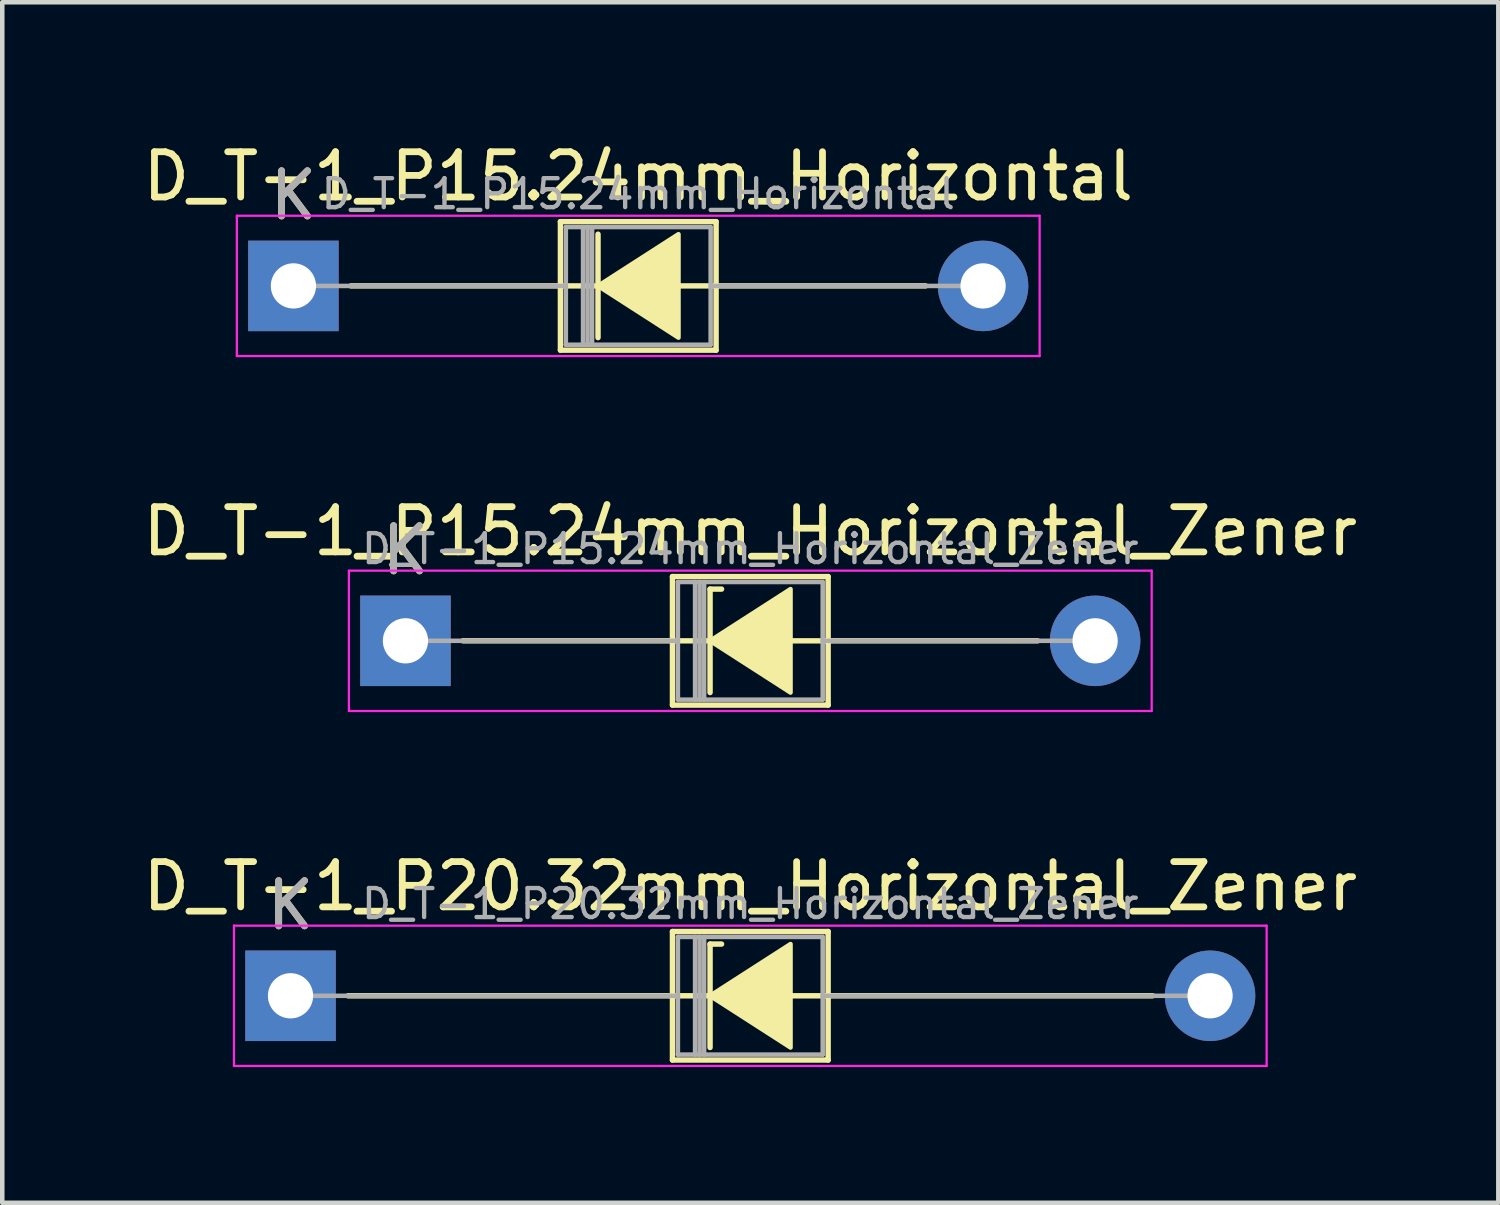
<source format=kicad_pcb>
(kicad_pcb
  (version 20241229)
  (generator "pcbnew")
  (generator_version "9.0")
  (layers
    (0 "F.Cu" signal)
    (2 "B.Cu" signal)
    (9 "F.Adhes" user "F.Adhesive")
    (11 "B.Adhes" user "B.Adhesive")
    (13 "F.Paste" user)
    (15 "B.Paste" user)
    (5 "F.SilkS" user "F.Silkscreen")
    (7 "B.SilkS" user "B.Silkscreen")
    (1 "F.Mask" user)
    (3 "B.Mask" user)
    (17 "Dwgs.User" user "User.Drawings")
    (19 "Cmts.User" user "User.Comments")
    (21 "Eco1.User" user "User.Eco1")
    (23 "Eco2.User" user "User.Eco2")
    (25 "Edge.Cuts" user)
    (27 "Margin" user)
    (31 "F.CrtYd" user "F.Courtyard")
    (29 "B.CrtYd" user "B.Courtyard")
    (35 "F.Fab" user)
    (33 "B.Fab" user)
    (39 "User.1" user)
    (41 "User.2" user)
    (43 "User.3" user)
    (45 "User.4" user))
  (footprint "D_T-1_P15.24mm_Horizontal"
    (layer "F.Cu")
    (at 3.434 3.268)
    (property "Reference" "D_T-1_P15.24mm_Horizontal" (at 7.62 -2.42 0) (layer "F.SilkS") (effects (font (size 1 1) (thickness 0.15))))
    (attr through_hole)
    (fp_line (start 1.27 0) (end 5.9 0) (stroke (width 0.12) (type solid)) (layer "F.SilkS"))
    (fp_line (start 5.9 -1.42) (end 5.9 1.42) (stroke (width 0.12) (type solid)) (layer "F.SilkS"))
    (fp_line (start 5.9 1.42) (end 9.34 1.42) (stroke (width 0.12) (type solid)) (layer "F.SilkS"))
    (fp_line (start 6.731 -1.143) (end 6.731 1.143) (stroke (width 0.12) (type solid)) (layer "F.SilkS"))
    (fp_line (start 6.858 0) (end 5.9 0) (stroke (width 0.12) (type solid)) (layer "F.SilkS"))
    (fp_line (start 8.509 0) (end 9.34 0) (stroke (width 0.12) (type solid)) (layer "F.SilkS"))
    (fp_line (start 9.34 -1.42) (end 5.9 -1.42) (stroke (width 0.12) (type solid)) (layer "F.SilkS"))
    (fp_line (start 9.34 1.42) (end 9.34 -1.42) (stroke (width 0.12) (type solid)) (layer "F.SilkS"))
    (fp_line (start 13.97 0) (end 9.34 0) (stroke (width 0.12) (type solid)) (layer "F.SilkS"))
    (fp_poly (pts (xy 8.509 1.143) (xy 6.731 0) (xy 8.509 -1.143)) (stroke (width 0.1) (type solid)) (fill yes) (layer "F.SilkS"))
    (fp_line (start -1.25 -1.55) (end -1.25 1.55) (stroke (width 0.05) (type solid)) (layer "F.CrtYd"))
    (fp_line (start -1.25 1.55) (end 16.49 1.55) (stroke (width 0.05) (type solid)) (layer "F.CrtYd"))
    (fp_line (start 16.49 -1.55) (end -1.25 -1.55) (stroke (width 0.05) (type solid)) (layer "F.CrtYd"))
    (fp_line (start 16.49 1.55) (end 16.49 -1.55) (stroke (width 0.05) (type solid)) (layer "F.CrtYd"))
    (fp_line (start 0 0) (end 6.02 0) (stroke (width 0.1) (type solid)) (layer "F.Fab"))
    (fp_line (start 6.02 -1.3) (end 6.02 1.3) (stroke (width 0.1) (type solid)) (layer "F.Fab"))
    (fp_line (start 6.02 1.3) (end 9.22 1.3) (stroke (width 0.1) (type solid)) (layer "F.Fab"))
    (fp_line (start 6.4 -1.3) (end 6.4 1.3) (stroke (width 0.1) (type solid)) (layer "F.Fab"))
    (fp_line (start 6.5 -1.3) (end 6.5 1.3) (stroke (width 0.1) (type solid)) (layer "F.Fab"))
    (fp_line (start 6.6 -1.3) (end 6.6 1.3) (stroke (width 0.1) (type solid)) (layer "F.Fab"))
    (fp_line (start 9.22 -1.3) (end 6.02 -1.3) (stroke (width 0.1) (type solid)) (layer "F.Fab"))
    (fp_line (start 9.22 1.3) (end 9.22 -1.3) (stroke (width 0.1) (type solid)) (layer "F.Fab"))
    (fp_line (start 15.24 0) (end 9.22 0) (stroke (width 0.1) (type solid)) (layer "F.Fab"))
    (fp_text user "K" (at 0 -2 0) (layer "F.SilkS") (effects (font (size 1 1) (thickness 0.15))))
    (fp_text user "${REFERENCE}" (at 7.62 -2.032 0) (layer "F.Fab") (effects (font (size 0.64 0.64) (thickness 0.096))))
    (fp_text user "K" (at 0 -2 0) (layer "F.Fab") (effects (font (size 1 1) (thickness 0.15))))
    (pad "1" thru_hole rect (at 0 0) (size 2 2) (drill 1) (layers "*.Cu" "*.Mask"))
    (pad "2" thru_hole oval (at 15.24 0) (size 2 2) (drill 1) (layers "*.Cu" "*.Mask")))
  (footprint "D_T-1_P15.24mm_Horizontal_Zener"
    (layer "F.Cu")
    (at 5.91 11.111)
    (property "Reference" "D_T-1_P15.24mm_Horizontal_Zener" (at 7.62 -2.42 0) (layer "F.SilkS") (effects (font (size 1 1) (thickness 0.15))))
    (attr through_hole)
    (fp_line (start 1.27 0) (end 5.9 0) (stroke (width 0.12) (type solid)) (layer "F.SilkS"))
    (fp_line (start 5.9 -1.42) (end 5.9 1.42) (stroke (width 0.12) (type solid)) (layer "F.SilkS"))
    (fp_line (start 5.9 1.42) (end 9.34 1.42) (stroke (width 0.12) (type solid)) (layer "F.SilkS"))
    (fp_line (start 6.731 -1.143) (end 6.731 1.143) (stroke (width 0.12) (type solid)) (layer "F.SilkS"))
    (fp_line (start 6.731 -1.143) (end 6.985 -1.143) (stroke (width 0.12) (type solid)) (layer "F.SilkS"))
    (fp_line (start 6.858 0) (end 5.9 0) (stroke (width 0.12) (type solid)) (layer "F.SilkS"))
    (fp_line (start 8.509 0) (end 9.34 0) (stroke (width 0.12) (type solid)) (layer "F.SilkS"))
    (fp_line (start 9.34 -1.42) (end 5.9 -1.42) (stroke (width 0.12) (type solid)) (layer "F.SilkS"))
    (fp_line (start 9.34 1.42) (end 9.34 -1.42) (stroke (width 0.12) (type solid)) (layer "F.SilkS"))
    (fp_line (start 13.97 0) (end 9.34 0) (stroke (width 0.12) (type solid)) (layer "F.SilkS"))
    (fp_poly (pts (xy 8.509 1.143) (xy 6.731 0) (xy 8.509 -1.143)) (stroke (width 0.1) (type solid)) (fill yes) (layer "F.SilkS"))
    (fp_line (start -1.25 -1.55) (end -1.25 1.55) (stroke (width 0.05) (type solid)) (layer "F.CrtYd"))
    (fp_line (start -1.25 1.55) (end 16.49 1.55) (stroke (width 0.05) (type solid)) (layer "F.CrtYd"))
    (fp_line (start 16.49 -1.55) (end -1.25 -1.55) (stroke (width 0.05) (type solid)) (layer "F.CrtYd"))
    (fp_line (start 16.49 1.55) (end 16.49 -1.55) (stroke (width 0.05) (type solid)) (layer "F.CrtYd"))
    (fp_line (start 0 0) (end 6.02 0) (stroke (width 0.1) (type solid)) (layer "F.Fab"))
    (fp_line (start 6.02 -1.3) (end 6.02 1.3) (stroke (width 0.1) (type solid)) (layer "F.Fab"))
    (fp_line (start 6.02 1.3) (end 9.22 1.3) (stroke (width 0.1) (type solid)) (layer "F.Fab"))
    (fp_line (start 6.4 -1.3) (end 6.4 1.3) (stroke (width 0.1) (type solid)) (layer "F.Fab"))
    (fp_line (start 6.5 -1.3) (end 6.5 1.3) (stroke (width 0.1) (type solid)) (layer "F.Fab"))
    (fp_line (start 6.6 -1.3) (end 6.6 1.3) (stroke (width 0.1) (type solid)) (layer "F.Fab"))
    (fp_line (start 9.22 -1.3) (end 6.02 -1.3) (stroke (width 0.1) (type solid)) (layer "F.Fab"))
    (fp_line (start 9.22 1.3) (end 9.22 -1.3) (stroke (width 0.1) (type solid)) (layer "F.Fab"))
    (fp_line (start 15.24 0) (end 9.22 0) (stroke (width 0.1) (type solid)) (layer "F.Fab"))
    (fp_text user "K" (at 0 -2 0) (layer "F.SilkS") (effects (font (size 1 1) (thickness 0.15))))
    (fp_text user "K" (at 0 -2 0) (layer "F.Fab") (effects (font (size 1 1) (thickness 0.15))))
    (fp_text user "${REFERENCE}" (at 7.62 -2.032 0) (layer "F.Fab") (effects (font (size 0.64 0.64) (thickness 0.096))))
    (pad "1" thru_hole rect (at 0 0) (size 2 2) (drill 1) (layers "*.Cu" "*.Mask"))
    (pad "2" thru_hole oval (at 15.24 0) (size 2 2) (drill 1) (layers "*.Cu" "*.Mask")))
  (footprint "D_T-1_P20.32mm_Horizontal_Zener"
    (layer "F.Cu")
    (at 3.37 18.955)
    (property "Reference" "D_T-1_P20.32mm_Horizontal_Zener" (at 10.16 -2.42 0) (layer "F.SilkS") (effects (font (size 1 1) (thickness 0.15))))
    (attr through_hole)
    (fp_line (start 1.27 0) (end 8.44 0) (stroke (width 0.12) (type solid)) (layer "F.SilkS"))
    (fp_line (start 8.44 -1.42) (end 8.44 1.42) (stroke (width 0.12) (type solid)) (layer "F.SilkS"))
    (fp_line (start 8.44 1.42) (end 11.88 1.42) (stroke (width 0.12) (type solid)) (layer "F.SilkS"))
    (fp_line (start 9.271 -1.143) (end 9.271 1.143) (stroke (width 0.12) (type solid)) (layer "F.SilkS"))
    (fp_line (start 9.271 -1.143) (end 9.525 -1.143) (stroke (width 0.12) (type solid)) (layer "F.SilkS"))
    (fp_line (start 9.398 0) (end 8.44 0) (stroke (width 0.12) (type solid)) (layer "F.SilkS"))
    (fp_line (start 11.049 0) (end 11.88 0) (stroke (width 0.12) (type solid)) (layer "F.SilkS"))
    (fp_line (start 11.88 -1.42) (end 8.44 -1.42) (stroke (width 0.12) (type solid)) (layer "F.SilkS"))
    (fp_line (start 11.88 1.42) (end 11.88 -1.42) (stroke (width 0.12) (type solid)) (layer "F.SilkS"))
    (fp_line (start 19.05 0) (end 11.88 0) (stroke (width 0.12) (type solid)) (layer "F.SilkS"))
    (fp_poly (pts (xy 11.049 1.143) (xy 9.271 0) (xy 11.049 -1.143)) (stroke (width 0.1) (type solid)) (fill yes) (layer "F.SilkS"))
    (fp_line (start -1.25 -1.55) (end -1.25 1.55) (stroke (width 0.05) (type solid)) (layer "F.CrtYd"))
    (fp_line (start -1.25 1.55) (end 21.57 1.55) (stroke (width 0.05) (type solid)) (layer "F.CrtYd"))
    (fp_line (start 21.57 -1.55) (end -1.25 -1.55) (stroke (width 0.05) (type solid)) (layer "F.CrtYd"))
    (fp_line (start 21.57 1.55) (end 21.57 -1.55) (stroke (width 0.05) (type solid)) (layer "F.CrtYd"))
    (fp_line (start 0 0) (end 8.56 0) (stroke (width 0.1) (type solid)) (layer "F.Fab"))
    (fp_line (start 8.56 -1.3) (end 8.56 1.3) (stroke (width 0.1) (type solid)) (layer "F.Fab"))
    (fp_line (start 8.56 1.3) (end 11.76 1.3) (stroke (width 0.1) (type solid)) (layer "F.Fab"))
    (fp_line (start 8.94 -1.3) (end 8.94 1.3) (stroke (width 0.1) (type solid)) (layer "F.Fab"))
    (fp_line (start 9.04 -1.3) (end 9.04 1.3) (stroke (width 0.1) (type solid)) (layer "F.Fab"))
    (fp_line (start 9.14 -1.3) (end 9.14 1.3) (stroke (width 0.1) (type solid)) (layer "F.Fab"))
    (fp_line (start 11.76 -1.3) (end 8.56 -1.3) (stroke (width 0.1) (type solid)) (layer "F.Fab"))
    (fp_line (start 11.76 1.3) (end 11.76 -1.3) (stroke (width 0.1) (type solid)) (layer "F.Fab"))
    (fp_line (start 20.32 0) (end 11.76 0) (stroke (width 0.1) (type solid)) (layer "F.Fab"))
    (fp_text user "K" (at 0 -2 0) (layer "F.SilkS") (effects (font (size 1 1) (thickness 0.15))))
    (fp_text user "${REFERENCE}" (at 10.16 -2.032 0) (layer "F.Fab") (effects (font (size 0.64 0.64) (thickness 0.096))))
    (fp_text user "K" (at 0 -2 0) (layer "F.Fab") (effects (font (size 1 1) (thickness 0.15))))
    (pad "1" thru_hole rect (at 0 0) (size 2 2) (drill 1) (layers "*.Cu" "*.Mask"))
    (pad "2" thru_hole oval (at 20.32 0) (size 2 2) (drill 1) (layers "*.Cu" "*.Mask")))
  (gr_rect
    (start -3 -3)
    (end 30.06 23.53)
    (stroke (width 0.1) (type default))
    (fill no)
    (layer "Edge.Cuts")))
</source>
